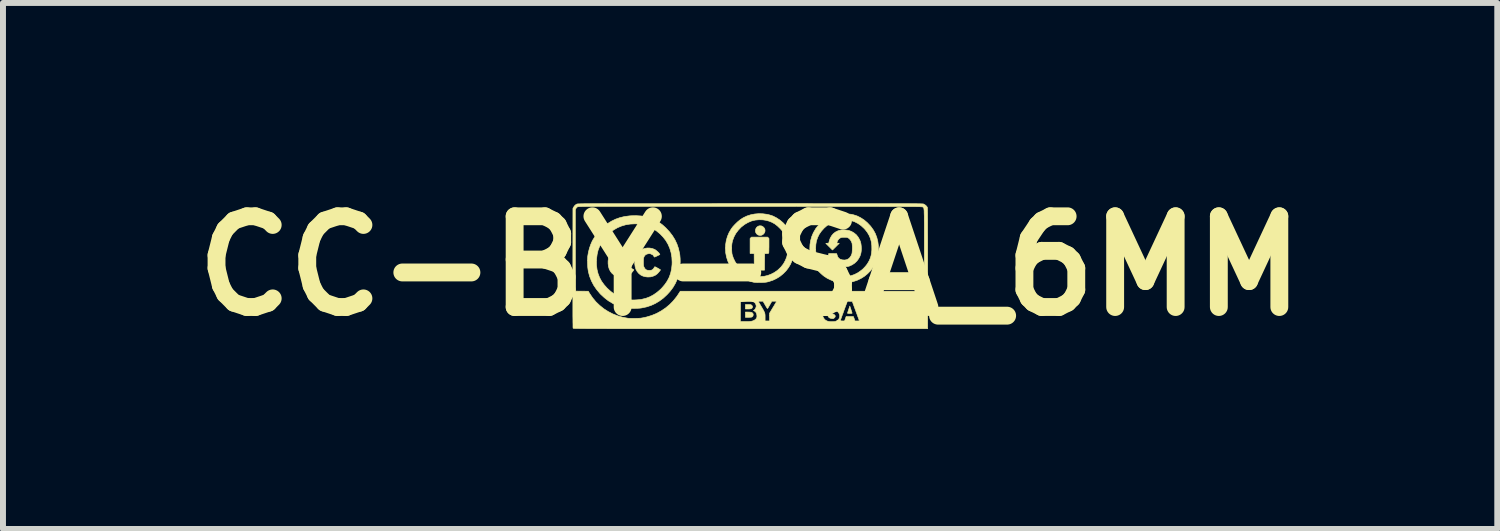
<source format=kicad_pcb>
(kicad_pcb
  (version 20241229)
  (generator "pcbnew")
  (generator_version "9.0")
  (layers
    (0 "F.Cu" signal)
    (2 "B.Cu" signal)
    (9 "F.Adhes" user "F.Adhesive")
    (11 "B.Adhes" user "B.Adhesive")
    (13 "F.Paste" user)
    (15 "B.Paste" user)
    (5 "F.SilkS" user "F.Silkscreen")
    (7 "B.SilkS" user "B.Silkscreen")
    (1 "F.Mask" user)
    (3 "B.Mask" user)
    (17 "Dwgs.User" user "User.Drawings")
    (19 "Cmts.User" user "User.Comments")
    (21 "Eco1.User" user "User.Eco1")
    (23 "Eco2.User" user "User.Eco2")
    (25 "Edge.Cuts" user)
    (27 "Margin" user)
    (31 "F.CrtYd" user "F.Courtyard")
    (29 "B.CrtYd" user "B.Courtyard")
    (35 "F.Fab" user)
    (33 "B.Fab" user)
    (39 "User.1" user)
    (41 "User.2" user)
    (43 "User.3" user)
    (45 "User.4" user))
  (footprint "CC-BY-SA_6MM"
    (layer "F.Cu")
    (at 9.55 1.418)
    (property "Reference" "CC-BY-SA_6MM" (at 0 0 0) (layer "F.SilkS") (effects (font (size 1.524 1.524) (thickness 0.3))))
    (attr exclude_from_pos_files exclude_from_bom)
    (fp_poly (pts (xy -0.028 0.774) (xy -0.004 0.775) (xy 0.012 0.777) (xy 0.024 0.779) (xy 0.032 0.783) (xy 0.036 0.786) (xy 0.049 0.8) (xy 0.053 0.818) (xy 0.049 0.837) (xy 0.043 0.847) (xy 0.035 0.854) (xy 0.024 0.859) (xy 0.006 0.861) (xy -0.018 0.862) (xy -0.031 0.862) (xy -0.079 0.862) (xy -0.079 0.773) (xy -0.028 0.774)) (stroke (width 0.01) (type solid)) (fill yes) (layer "F.SilkS"))
    (fp_poly (pts (xy -0.011 0.648) (xy 0.004 0.649) (xy 0.013 0.65) (xy 0.02 0.654) (xy 0.026 0.659) (xy 0.028 0.661) (xy 0.039 0.674) (xy 0.041 0.685) (xy 0.038 0.698) (xy 0.037 0.701) (xy 0.03 0.71) (xy 0.018 0.717) (xy -0.000241 0.721) (xy -0.026 0.722) (xy -0.038 0.722) (xy -0.079 0.722) (xy -0.079 0.648) (xy -0.032 0.648) (xy -0.011 0.648)) (stroke (width 0.01) (type solid)) (fill yes) (layer "F.SilkS"))
    (fp_poly (pts (xy 1.693 0.727) (xy 1.7 0.749) (xy 1.706 0.768) (xy 1.711 0.782) (xy 1.713 0.789) (xy 1.713 0.793) (xy 1.71 0.795) (xy 1.702 0.796) (xy 1.687 0.797) (xy 1.676 0.797) (xy 1.658 0.797) (xy 1.644 0.796) (xy 1.637 0.794) (xy 1.636 0.793) (xy 1.637 0.788) (xy 1.641 0.775) (xy 1.647 0.758) (xy 1.654 0.736) (xy 1.655 0.732) (xy 1.675 0.674) (xy 1.693 0.727)) (stroke (width 0.01) (type solid)) (fill yes) (layer "F.SilkS"))
    (fp_poly (pts (xy 0.187 -0.674) (xy 0.211 -0.664) (xy 0.23 -0.648) (xy 0.245 -0.626) (xy 0.251 -0.604) (xy 0.25 -0.581) (xy 0.243 -0.56) (xy 0.23 -0.542) (xy 0.214 -0.527) (xy 0.193 -0.517) (xy 0.171 -0.513) (xy 0.146 -0.517) (xy 0.13 -0.523) (xy 0.11 -0.539) (xy 0.097 -0.558) (xy 0.09 -0.58) (xy 0.09 -0.603) (xy 0.096 -0.625) (xy 0.107 -0.645) (xy 0.124 -0.661) (xy 0.146 -0.672) (xy 0.16 -0.675) (xy 0.187 -0.674)) (stroke (width 0.01) (type solid)) (fill yes) (layer "F.SilkS"))
    (fp_poly (pts (xy 0.317 -0.462) (xy 0.317 -0.35) (xy 0.317 -0.318) (xy 0.316 -0.288) (xy 0.316 -0.263) (xy 0.315 -0.242) (xy 0.315 -0.229) (xy 0.314 -0.224) (xy 0.312 -0.217) (xy 0.309 -0.213) (xy 0.302 -0.21) (xy 0.289 -0.209) (xy 0.278 -0.209) (xy 0.245 -0.207) (xy 0.243 -0.069) (xy 0.242 0.07) (xy 0.07 0.07) (xy 0.069 -0.069) (xy 0.068 -0.207) (xy 0.034 -0.209) (xy 0 -0.21) (xy 0 -0.462) (xy 0.023 -0.485) (xy 0.294 -0.485) (xy 0.317 -0.462)) (stroke (width 0.01) (type solid)) (fill yes) (layer "F.SilkS"))
    (fp_poly (pts (xy -1.684 -0.301) (xy -1.639 -0.292) (xy -1.605 -0.279) (xy -1.588 -0.269) (xy -1.569 -0.254) (xy -1.55 -0.237) (xy -1.533 -0.22) (xy -1.523 -0.206) (xy -1.515 -0.192) (xy -1.56 -0.17) (xy -1.605 -0.149) (xy -1.616 -0.162) (xy -1.623 -0.171) (xy -1.626 -0.178) (xy -1.626 -0.178) (xy -1.63 -0.183) (xy -1.641 -0.189) (xy -1.654 -0.196) (xy -1.668 -0.203) (xy -1.68 -0.206) (xy -1.682 -0.207) (xy -1.703 -0.207) (xy -1.726 -0.202) (xy -1.748 -0.194) (xy -1.755 -0.189) (xy -1.766 -0.178) (xy -1.777 -0.163) (xy -1.781 -0.155) (xy -1.785 -0.145) (xy -1.788 -0.136) (xy -1.79 -0.124) (xy -1.791 -0.109) (xy -1.792 -0.088) (xy -1.792 -0.067) (xy -1.792 -0.041) (xy -1.791 -0.022) (xy -1.79 -0.008) (xy -1.788 0.002) (xy -1.785 0.012) (xy -1.78 0.022) (xy -1.778 0.026) (xy -1.764 0.048) (xy -1.747 0.063) (xy -1.727 0.071) (xy -1.7 0.074) (xy -1.695 0.074) (xy -1.67 0.073) (xy -1.651 0.068) (xy -1.634 0.057) (xy -1.619 0.04) (xy -1.604 0.016) (xy -1.604 0.015) (xy -1.6 0.013) (xy -1.591 0.016) (xy -1.577 0.022) (xy -1.557 0.034) (xy -1.554 0.035) (xy -1.535 0.046) (xy -1.52 0.055) (xy -1.51 0.061) (xy -1.506 0.063) (xy -1.507 0.068) (xy -1.513 0.077) (xy -1.523 0.09) (xy -1.535 0.104) (xy -1.547 0.118) (xy -1.558 0.129) (xy -1.558 0.13) (xy -1.592 0.155) (xy -1.631 0.172) (xy -1.674 0.183) (xy -1.72 0.185) (xy -1.755 0.181) (xy -1.799 0.17) (xy -1.838 0.151) (xy -1.87 0.125) (xy -1.897 0.093) (xy -1.918 0.055) (xy -1.931 0.011) (xy -1.938 -0.037) (xy -1.937 -0.08) (xy -1.931 -0.129) (xy -1.918 -0.172) (xy -1.898 -0.209) (xy -1.871 -0.241) (xy -1.837 -0.267) (xy -1.815 -0.279) (xy -1.774 -0.294) (xy -1.729 -0.302) (xy -1.684 -0.301)) (stroke (width 0.01) (type solid)) (fill yes) (layer "F.SilkS"))
    (fp_poly (pts (xy -2.092 -0.295) (xy -2.053 -0.282) (xy -2.018 -0.262) (xy -1.988 -0.237) (xy -1.971 -0.216) (xy -1.962 -0.201) (xy -1.96 -0.191) (xy -1.965 -0.187) (xy -1.968 -0.186) (xy -1.974 -0.185) (xy -1.986 -0.18) (xy -2.003 -0.172) (xy -2.012 -0.168) (xy -2.052 -0.149) (xy -2.063 -0.162) (xy -2.07 -0.171) (xy -2.074 -0.178) (xy -2.074 -0.178) (xy -2.078 -0.183) (xy -2.088 -0.189) (xy -2.101 -0.196) (xy -2.116 -0.203) (xy -2.128 -0.206) (xy -2.129 -0.207) (xy -2.15 -0.207) (xy -2.174 -0.202) (xy -2.195 -0.194) (xy -2.203 -0.189) (xy -2.213 -0.178) (xy -2.224 -0.163) (xy -2.228 -0.155) (xy -2.233 -0.145) (xy -2.236 -0.136) (xy -2.238 -0.124) (xy -2.239 -0.109) (xy -2.239 -0.088) (xy -2.239 -0.067) (xy -2.239 -0.041) (xy -2.239 -0.022) (xy -2.238 -0.008) (xy -2.236 0.002) (xy -2.232 0.012) (xy -2.227 0.022) (xy -2.225 0.026) (xy -2.211 0.048) (xy -2.195 0.063) (xy -2.174 0.071) (xy -2.147 0.074) (xy -2.142 0.074) (xy -2.117 0.073) (xy -2.098 0.068) (xy -2.082 0.057) (xy -2.067 0.04) (xy -2.051 0.016) (xy -2.051 0.015) (xy -2.047 0.013) (xy -2.039 0.016) (xy -2.025 0.022) (xy -2.004 0.034) (xy -2.001 0.035) (xy -1.983 0.046) (xy -1.968 0.055) (xy -1.957 0.061) (xy -1.953 0.063) (xy -1.955 0.068) (xy -1.961 0.077) (xy -1.97 0.09) (xy -1.982 0.104) (xy -1.994 0.118) (xy -2.005 0.129) (xy -2.006 0.13) (xy -2.04 0.155) (xy -2.079 0.172) (xy -2.122 0.183) (xy -2.167 0.185) (xy -2.202 0.181) (xy -2.247 0.17) (xy -2.286 0.151) (xy -2.319 0.124) (xy -2.345 0.092) (xy -2.366 0.052) (xy -2.379 0.008) (xy -2.385 -0.039) (xy -2.385 -0.085) (xy -2.378 -0.13) (xy -2.365 -0.17) (xy -2.361 -0.18) (xy -2.346 -0.204) (xy -2.324 -0.228) (xy -2.298 -0.251) (xy -2.271 -0.271) (xy -2.257 -0.278) (xy -2.217 -0.293) (xy -2.175 -0.301) (xy -2.133 -0.302) (xy -2.092 -0.295)) (stroke (width 0.01) (type solid)) (fill yes) (layer "F.SilkS"))
    (fp_poly (pts (xy 1.594 -0.605) (xy 1.627 -0.602) (xy 1.656 -0.597) (xy 1.657 -0.597) (xy 1.704 -0.58) (xy 1.746 -0.555) (xy 1.784 -0.524) (xy 1.815 -0.485) (xy 1.84 -0.441) (xy 1.853 -0.409) (xy 1.862 -0.374) (xy 1.867 -0.334) (xy 1.869 -0.292) (xy 1.867 -0.252) (xy 1.862 -0.217) (xy 1.847 -0.168) (xy 1.823 -0.123) (xy 1.793 -0.082) (xy 1.757 -0.048) (xy 1.715 -0.02) (xy 1.669 0.001) (xy 1.648 0.007) (xy 1.624 0.011) (xy 1.596 0.013) (xy 1.565 0.013) (xy 1.535 0.012) (xy 1.509 0.008) (xy 1.501 0.007) (xy 1.456 -0.01) (xy 1.415 -0.034) (xy 1.381 -0.065) (xy 1.353 -0.102) (xy 1.332 -0.144) (xy 1.322 -0.177) (xy 1.318 -0.194) (xy 1.318 -0.203) (xy 1.32 -0.207) (xy 1.321 -0.208) (xy 1.327 -0.209) (xy 1.341 -0.209) (xy 1.361 -0.209) (xy 1.384 -0.209) (xy 1.391 -0.209) (xy 1.455 -0.207) (xy 1.462 -0.182) (xy 1.473 -0.153) (xy 1.489 -0.131) (xy 1.511 -0.115) (xy 1.54 -0.105) (xy 1.552 -0.102) (xy 1.59 -0.1) (xy 1.623 -0.106) (xy 1.652 -0.12) (xy 1.677 -0.143) (xy 1.697 -0.173) (xy 1.709 -0.202) (xy 1.713 -0.218) (xy 1.715 -0.24) (xy 1.717 -0.267) (xy 1.718 -0.296) (xy 1.718 -0.325) (xy 1.716 -0.351) (xy 1.714 -0.373) (xy 1.712 -0.384) (xy 1.7 -0.413) (xy 1.683 -0.44) (xy 1.663 -0.461) (xy 1.653 -0.468) (xy 1.641 -0.475) (xy 1.632 -0.479) (xy 1.621 -0.481) (xy 1.606 -0.482) (xy 1.585 -0.482) (xy 1.583 -0.482) (xy 1.559 -0.482) (xy 1.543 -0.481) (xy 1.531 -0.478) (xy 1.52 -0.474) (xy 1.517 -0.472) (xy 1.495 -0.458) (xy 1.479 -0.439) (xy 1.468 -0.419) (xy 1.461 -0.402) (xy 1.459 -0.391) (xy 1.462 -0.385) (xy 1.471 -0.382) (xy 1.479 -0.382) (xy 1.498 -0.382) (xy 1.441 -0.325) (xy 1.384 -0.268) (xy 1.328 -0.324) (xy 1.272 -0.38) (xy 1.321 -0.384) (xy 1.329 -0.419) (xy 1.345 -0.465) (xy 1.368 -0.506) (xy 1.397 -0.541) (xy 1.432 -0.569) (xy 1.474 -0.59) (xy 1.501 -0.599) (xy 1.527 -0.604) (xy 1.559 -0.606) (xy 1.594 -0.605)) (stroke (width 0.01) (type solid)) (fill yes) (layer "F.SilkS"))
    (fp_poly (pts (xy 0.214 -0.877) (xy 0.283 -0.868) (xy 0.319 -0.86) (xy 0.381 -0.84) (xy 0.441 -0.81) (xy 0.498 -0.773) (xy 0.553 -0.727) (xy 0.603 -0.673) (xy 0.613 -0.662) (xy 0.654 -0.605) (xy 0.687 -0.543) (xy 0.712 -0.477) (xy 0.729 -0.409) (xy 0.738 -0.338) (xy 0.739 -0.267) (xy 0.732 -0.195) (xy 0.715 -0.123) (xy 0.706 -0.094) (xy 0.68 -0.032) (xy 0.646 0.026) (xy 0.605 0.08) (xy 0.557 0.129) (xy 0.503 0.173) (xy 0.444 0.21) (xy 0.381 0.24) (xy 0.314 0.262) (xy 0.29 0.268) (xy 0.269 0.272) (xy 0.24 0.275) (xy 0.206 0.277) (xy 0.171 0.278) (xy 0.136 0.278) (xy 0.104 0.277) (xy 0.076 0.275) (xy 0.06 0.273) (xy -0.002 0.257) (xy -0.064 0.234) (xy -0.121 0.206) (xy -0.173 0.173) (xy -0.175 0.171) (xy -0.199 0.152) (xy -0.226 0.128) (xy -0.253 0.101) (xy -0.279 0.074) (xy -0.301 0.049) (xy -0.313 0.032) (xy -0.349 -0.026) (xy -0.377 -0.088) (xy -0.397 -0.154) (xy -0.41 -0.222) (xy -0.414 -0.291) (xy -0.414 -0.303) (xy -0.31 -0.303) (xy -0.309 -0.267) (xy -0.307 -0.233) (xy -0.304 -0.204) (xy -0.302 -0.195) (xy -0.281 -0.131) (xy -0.252 -0.072) (xy -0.215 -0.016) (xy -0.171 0.034) (xy -0.12 0.079) (xy -0.066 0.116) (xy -0.01 0.145) (xy 0.049 0.165) (xy 0.083 0.172) (xy 0.103 0.175) (xy 0.129 0.176) (xy 0.159 0.176) (xy 0.189 0.176) (xy 0.216 0.175) (xy 0.238 0.173) (xy 0.242 0.172) (xy 0.297 0.159) (xy 0.352 0.138) (xy 0.405 0.111) (xy 0.455 0.077) (xy 0.473 0.062) (xy 0.52 0.016) (xy 0.56 -0.035) (xy 0.591 -0.091) (xy 0.615 -0.15) (xy 0.63 -0.213) (xy 0.637 -0.278) (xy 0.635 -0.346) (xy 0.634 -0.349) (xy 0.626 -0.408) (xy 0.612 -0.46) (xy 0.593 -0.508) (xy 0.567 -0.553) (xy 0.534 -0.597) (xy 0.504 -0.63) (xy 0.459 -0.673) (xy 0.415 -0.707) (xy 0.369 -0.733) (xy 0.32 -0.753) (xy 0.267 -0.767) (xy 0.216 -0.775) (xy 0.15 -0.777) (xy 0.086 -0.771) (xy 0.024 -0.756) (xy -0.035 -0.731) (xy -0.091 -0.699) (xy -0.144 -0.658) (xy -0.153 -0.65) (xy -0.2 -0.6) (xy -0.24 -0.547) (xy -0.271 -0.489) (xy -0.294 -0.428) (xy -0.301 -0.398) (xy -0.306 -0.372) (xy -0.309 -0.339) (xy -0.31 -0.303) (xy -0.414 -0.303) (xy -0.411 -0.36) (xy -0.4 -0.428) (xy -0.381 -0.495) (xy -0.354 -0.559) (xy -0.319 -0.619) (xy -0.318 -0.621) (xy -0.289 -0.66) (xy -0.253 -0.699) (xy -0.213 -0.738) (xy -0.171 -0.773) (xy -0.128 -0.802) (xy -0.109 -0.813) (xy -0.052 -0.84) (xy 0.01 -0.86) (xy 0.076 -0.873) (xy 0.145 -0.879) (xy 0.214 -0.877)) (stroke (width 0.01) (type solid)) (fill yes) (layer "F.SilkS"))
    (fp_poly (pts (xy 1.631 -0.877) (xy 1.7 -0.868) (xy 1.736 -0.86) (xy 1.798 -0.84) (xy 1.858 -0.81) (xy 1.915 -0.773) (xy 1.969 -0.727) (xy 2.02 -0.673) (xy 2.029 -0.662) (xy 2.07 -0.605) (xy 2.104 -0.543) (xy 2.129 -0.477) (xy 2.146 -0.409) (xy 2.155 -0.338) (xy 2.156 -0.267) (xy 2.148 -0.195) (xy 2.132 -0.123) (xy 2.123 -0.094) (xy 2.097 -0.032) (xy 2.063 0.026) (xy 2.022 0.08) (xy 1.974 0.129) (xy 1.92 0.173) (xy 1.861 0.21) (xy 1.798 0.24) (xy 1.731 0.262) (xy 1.707 0.268) (xy 1.685 0.272) (xy 1.657 0.275) (xy 1.623 0.277) (xy 1.588 0.278) (xy 1.553 0.278) (xy 1.52 0.277) (xy 1.493 0.275) (xy 1.477 0.273) (xy 1.414 0.257) (xy 1.353 0.234) (xy 1.295 0.206) (xy 1.244 0.173) (xy 1.242 0.171) (xy 1.218 0.152) (xy 1.191 0.128) (xy 1.163 0.101) (xy 1.138 0.074) (xy 1.116 0.049) (xy 1.103 0.032) (xy 1.068 -0.026) (xy 1.04 -0.088) (xy 1.02 -0.154) (xy 1.007 -0.222) (xy 1.003 -0.29) (xy 1.101 -0.29) (xy 1.101 -0.274) (xy 1.107 -0.212) (xy 1.121 -0.154) (xy 1.142 -0.1) (xy 1.171 -0.049) (xy 1.209 0.001) (xy 1.241 0.035) (xy 1.291 0.08) (xy 1.342 0.115) (xy 1.395 0.143) (xy 1.452 0.163) (xy 1.482 0.17) (xy 1.506 0.174) (xy 1.537 0.176) (xy 1.571 0.176) (xy 1.607 0.175) (xy 1.641 0.172) (xy 1.672 0.168) (xy 1.693 0.164) (xy 1.754 0.143) (xy 1.812 0.113) (xy 1.867 0.074) (xy 1.899 0.047) (xy 1.936 0.008) (xy 1.966 -0.03) (xy 1.991 -0.071) (xy 2.002 -0.091) (xy 2.019 -0.131) (xy 2.031 -0.169) (xy 2.039 -0.21) (xy 2.044 -0.256) (xy 2.045 -0.276) (xy 2.044 -0.343) (xy 2.037 -0.404) (xy 2.022 -0.46) (xy 2 -0.513) (xy 1.97 -0.564) (xy 1.932 -0.613) (xy 1.913 -0.633) (xy 1.864 -0.678) (xy 1.811 -0.715) (xy 1.754 -0.744) (xy 1.692 -0.764) (xy 1.68 -0.767) (xy 1.646 -0.773) (xy 1.607 -0.776) (xy 1.565 -0.776) (xy 1.524 -0.773) (xy 1.487 -0.768) (xy 1.471 -0.765) (xy 1.407 -0.745) (xy 1.348 -0.717) (xy 1.293 -0.68) (xy 1.243 -0.636) (xy 1.198 -0.586) (xy 1.161 -0.533) (xy 1.134 -0.478) (xy 1.114 -0.419) (xy 1.104 -0.357) (xy 1.101 -0.29) (xy 1.003 -0.29) (xy 1.003 -0.291) (xy 1.006 -0.36) (xy 1.017 -0.428) (xy 1.036 -0.495) (xy 1.063 -0.559) (xy 1.098 -0.619) (xy 1.098 -0.621) (xy 1.128 -0.66) (xy 1.164 -0.699) (xy 1.204 -0.738) (xy 1.246 -0.773) (xy 1.288 -0.802) (xy 1.307 -0.813) (xy 1.365 -0.84) (xy 1.427 -0.86) (xy 1.493 -0.873) (xy 1.561 -0.879) (xy 1.631 -0.877)) (stroke (width 0.01) (type solid)) (fill yes) (layer "F.SilkS"))
    (fp_poly (pts (xy -1.83 -0.84) (xy -1.756 -0.828) (xy -1.686 -0.809) (xy -1.62 -0.783) (xy -1.596 -0.771) (xy -1.552 -0.747) (xy -1.511 -0.72) (xy -1.47 -0.689) (xy -1.429 -0.652) (xy -1.415 -0.639) (xy -1.356 -0.576) (xy -1.305 -0.51) (xy -1.263 -0.442) (xy -1.229 -0.37) (xy -1.203 -0.294) (xy -1.185 -0.213) (xy -1.181 -0.192) (xy -1.178 -0.161) (xy -1.175 -0.123) (xy -1.174 -0.081) (xy -1.175 -0.039) (xy -1.176 0.002) (xy -1.179 0.038) (xy -1.181 0.056) (xy -1.197 0.139) (xy -1.222 0.217) (xy -1.255 0.292) (xy -1.297 0.363) (xy -1.347 0.429) (xy -1.394 0.48) (xy -1.457 0.539) (xy -1.523 0.588) (xy -1.591 0.629) (xy -1.663 0.662) (xy -1.739 0.687) (xy -1.819 0.704) (xy -1.831 0.706) (xy -1.859 0.709) (xy -1.895 0.711) (xy -1.934 0.712) (xy -1.974 0.712) (xy -2.013 0.711) (xy -2.048 0.709) (xy -2.076 0.706) (xy -2.157 0.689) (xy -2.234 0.663) (xy -2.309 0.628) (xy -2.38 0.585) (xy -2.447 0.533) (xy -2.512 0.473) (xy -2.523 0.461) (xy -2.579 0.394) (xy -2.627 0.324) (xy -2.665 0.251) (xy -2.696 0.173) (xy -2.717 0.093) (xy -2.722 0.061) (xy -2.727 0.023) (xy -2.729 -0.019) (xy -2.731 -0.063) (xy -2.731 -0.091) (xy -2.581 -0.091) (xy -2.58 -0.013) (xy -2.571 0.06) (xy -2.554 0.128) (xy -2.529 0.193) (xy -2.496 0.255) (xy -2.454 0.313) (xy -2.404 0.37) (xy -2.403 0.371) (xy -2.344 0.425) (xy -2.284 0.47) (xy -2.223 0.507) (xy -2.159 0.535) (xy -2.092 0.555) (xy -2.022 0.568) (xy -2.016 0.568) (xy -1.983 0.571) (xy -1.945 0.571) (xy -1.904 0.569) (xy -1.864 0.566) (xy -1.828 0.561) (xy -1.817 0.559) (xy -1.748 0.542) (xy -1.683 0.517) (xy -1.622 0.484) (xy -1.563 0.443) (xy -1.506 0.394) (xy -1.484 0.372) (xy -1.434 0.314) (xy -1.392 0.253) (xy -1.359 0.19) (xy -1.335 0.123) (xy -1.319 0.051) (xy -1.311 -0.024) (xy -1.31 -0.065) (xy -1.314 -0.145) (xy -1.327 -0.222) (xy -1.348 -0.294) (xy -1.377 -0.362) (xy -1.415 -0.427) (xy -1.461 -0.486) (xy -1.511 -0.538) (xy -1.571 -0.588) (xy -1.635 -0.63) (xy -1.702 -0.662) (xy -1.772 -0.686) (xy -1.845 -0.702) (xy -1.921 -0.708) (xy -1.938 -0.708) (xy -2.016 -0.704) (xy -2.09 -0.692) (xy -2.161 -0.671) (xy -2.228 -0.643) (xy -2.29 -0.607) (xy -2.311 -0.592) (xy -2.335 -0.572) (xy -2.363 -0.547) (xy -2.392 -0.519) (xy -2.419 -0.49) (xy -2.444 -0.462) (xy -2.461 -0.44) (xy -2.5 -0.381) (xy -2.531 -0.322) (xy -2.554 -0.262) (xy -2.569 -0.198) (xy -2.578 -0.129) (xy -2.581 -0.091) (xy -2.731 -0.091) (xy -2.731 -0.105) (xy -2.729 -0.143) (xy -2.727 -0.166) (xy -2.716 -0.231) (xy -2.699 -0.297) (xy -2.678 -0.359) (xy -2.653 -0.416) (xy -2.644 -0.433) (xy -2.609 -0.49) (xy -2.568 -0.547) (xy -2.522 -0.6) (xy -2.474 -0.648) (xy -2.455 -0.665) (xy -2.391 -0.714) (xy -2.326 -0.754) (xy -2.258 -0.787) (xy -2.187 -0.812) (xy -2.112 -0.83) (xy -2.031 -0.841) (xy -1.994 -0.844) (xy -1.909 -0.845) (xy -1.83 -0.84)) (stroke (width 0.01) (type solid)) (fill yes) (layer "F.SilkS"))
    (fp_poly (pts (xy 0.567 -1.049) (xy 0.738 -1.049) (xy 0.901 -1.049) (xy 1.056 -1.048) (xy 1.202 -1.048) (xy 1.341 -1.048) (xy 1.472 -1.048) (xy 1.595 -1.048) (xy 1.712 -1.048) (xy 1.821 -1.048) (xy 1.924 -1.048) (xy 2.02 -1.048) (xy 2.11 -1.048) (xy 2.193 -1.048) (xy 2.271 -1.048) (xy 2.343 -1.048) (xy 2.409 -1.047) (xy 2.471 -1.047) (xy 2.527 -1.047) (xy 2.578 -1.047) (xy 2.625 -1.047) (xy 2.667 -1.047) (xy 2.705 -1.046) (xy 2.739 -1.046) (xy 2.769 -1.046) (xy 2.796 -1.046) (xy 2.819 -1.045) (xy 2.839 -1.045) (xy 2.857 -1.045) (xy 2.871 -1.044) (xy 2.883 -1.044) (xy 2.893 -1.043) (xy 2.9 -1.043) (xy 2.906 -1.043) (xy 2.91 -1.042) (xy 2.913 -1.042) (xy 2.913 -1.041) (xy 2.933 -1.031) (xy 2.953 -1.016) (xy 2.969 -0.998) (xy 2.976 -0.987) (xy 2.977 -0.985) (xy 2.978 -0.98) (xy 2.978 -0.973) (xy 2.979 -0.963) (xy 2.979 -0.95) (xy 2.98 -0.933) (xy 2.98 -0.912) (xy 2.981 -0.887) (xy 2.981 -0.858) (xy 2.981 -0.823) (xy 2.982 -0.784) (xy 2.982 -0.738) (xy 2.982 -0.687) (xy 2.982 -0.629) (xy 2.982 -0.564) (xy 2.983 -0.493) (xy 2.983 -0.414) (xy 2.983 -0.327) (xy 2.983 -0.232) (xy 2.983 -0.129) (xy 2.983 -0.017) (xy 2.983 0.039) (xy 2.983 1.053) (xy -0.192 1.053) (xy -0.382 1.053) (xy -0.564 1.053) (xy -0.736 1.053) (xy -0.901 1.053) (xy -1.057 1.053) (xy -1.205 1.053) (xy -1.345 1.053) (xy -1.477 1.053) (xy -1.602 1.053) (xy -1.72 1.053) (xy -1.831 1.053) (xy -1.935 1.053) (xy -2.033 1.053) (xy -2.124 1.053) (xy -2.209 1.053) (xy -2.288 1.053) (xy -2.362 1.053) (xy -2.43 1.052) (xy -2.493 1.052) (xy -2.55 1.052) (xy -2.603 1.052) (xy -2.652 1.052) (xy -2.695 1.052) (xy -2.735 1.052) (xy -2.771 1.051) (xy -2.803 1.051) (xy -2.831 1.051) (xy -2.856 1.051) (xy -2.878 1.05) (xy -2.897 1.05) (xy -2.913 1.05) (xy -2.926 1.049) (xy -2.938 1.049) (xy -2.947 1.048) (xy -2.955 1.048) (xy -2.961 1.048) (xy -2.965 1.047) (xy -2.968 1.047) (xy -2.97 1.046) (xy -2.972 1.046) (xy -2.973 1.045) (xy -2.973 1.044) (xy -2.973 1.044) (xy -2.974 1.039) (xy -2.975 1.026) (xy -2.975 1.006) (xy -2.975 0.977) (xy -2.976 0.941) (xy -2.976 0.932) (xy -0.163 0.932) (xy -0.072 0.932) (xy -0.04 0.932) (xy -0.015 0.932) (xy 0.003 0.931) (xy 0.017 0.929) (xy 0.029 0.927) (xy 0.038 0.924) (xy 0.044 0.923) (xy 0.074 0.909) (xy 0.095 0.893) (xy 0.109 0.875) (xy 0.115 0.853) (xy 0.114 0.827) (xy 0.113 0.819) (xy 0.106 0.794) (xy 0.096 0.776) (xy 0.082 0.763) (xy 0.073 0.757) (xy 0.056 0.748) (xy 0.07 0.74) (xy 0.082 0.728) (xy 0.093 0.71) (xy 0.1 0.69) (xy 0.103 0.674) (xy 0.1 0.658) (xy 0.095 0.642) (xy 0.093 0.639) (xy 0.085 0.624) (xy 0.074 0.613) (xy 0.061 0.604) (xy 0.044 0.599) (xy 0.021 0.595) (xy -0.007 0.594) (xy -0.043 0.594) (xy -0.075 0.595) (xy -0.161 0.599) (xy -0.162 0.765) (xy -0.163 0.932) (xy -2.976 0.932) (xy -2.976 0.896) (xy -2.977 0.843) (xy -2.977 0.782) (xy -2.977 0.712) (xy -2.977 0.634) (xy -2.977 0.546) (xy -2.977 0.451) (xy -2.977 0.346) (xy -2.977 0.232) (xy -2.977 0.109) (xy -2.977 0.034) (xy -2.976 -0.944) (xy -2.936 -0.944) (xy -2.935 -0.261) (xy -2.934 0.422) (xy -2.826 0.423) (xy -2.718 0.424) (xy -2.694 0.464) (xy -2.645 0.536) (xy -2.589 0.603) (xy -2.526 0.663) (xy -2.458 0.718) (xy -2.384 0.765) (xy -2.307 0.805) (xy -2.225 0.837) (xy -2.141 0.861) (xy -2.123 0.864) (xy -2.1 0.869) (xy -2.078 0.873) (xy -2.061 0.876) (xy -2.051 0.878) (xy -2.033 0.879) (xy -2.009 0.88) (xy -1.98 0.88) (xy -1.948 0.88) (xy -1.916 0.88) (xy -1.886 0.879) (xy -1.86 0.878) (xy -1.84 0.877) (xy -1.836 0.876) (xy -1.815 0.873) (xy -1.789 0.868) (xy -1.761 0.862) (xy -1.739 0.857) (xy -1.653 0.831) (xy -1.57 0.797) (xy -1.492 0.754) (xy -1.418 0.704) (xy -1.35 0.647) (xy -1.296 0.592) (xy 0.135 0.592) (xy 0.157 0.628) (xy 0.18 0.668) (xy 0.2 0.701) (xy 0.215 0.727) (xy 0.227 0.749) (xy 0.236 0.767) (xy 0.243 0.782) (xy 0.247 0.795) (xy 0.25 0.808) (xy 0.251 0.82) (xy 0.252 0.834) (xy 0.252 0.85) (xy 0.252 0.86) (xy 0.252 0.923) (xy 0.326 0.923) (xy 0.326 0.859) (xy 0.326 0.835) (xy 1.221 0.835) (xy 1.226 0.857) (xy 1.238 0.879) (xy 1.254 0.899) (xy 1.269 0.911) (xy 1.293 0.924) (xy 1.32 0.932) (xy 1.351 0.935) (xy 1.38 0.935) (xy 1.403 0.934) (xy 1.42 0.933) (xy 1.434 0.93) (xy 1.446 0.925) (xy 1.452 0.922) (xy 1.456 0.92) (xy 1.515 0.92) (xy 1.519 0.921) (xy 1.53 0.922) (xy 1.547 0.923) (xy 1.551 0.923) (xy 1.587 0.923) (xy 1.6 0.886) (xy 1.614 0.848) (xy 1.734 0.848) (xy 1.74 0.863) (xy 1.746 0.877) (xy 1.752 0.894) (xy 1.754 0.901) (xy 1.762 0.923) (xy 1.799 0.923) (xy 1.817 0.923) (xy 1.829 0.922) (xy 1.836 0.922) (xy 1.836 0.922) (xy 1.835 0.917) (xy 1.83 0.905) (xy 1.823 0.886) (xy 1.814 0.861) (xy 1.803 0.831) (xy 1.791 0.797) (xy 1.777 0.761) (xy 1.776 0.757) (xy 1.716 0.594) (xy 1.675 0.593) (xy 1.634 0.592) (xy 1.574 0.754) (xy 1.561 0.791) (xy 1.548 0.825) (xy 1.537 0.855) (xy 1.528 0.881) (xy 1.521 0.901) (xy 1.516 0.914) (xy 1.515 0.92) (xy 1.515 0.92) (xy 1.456 0.92) (xy 1.471 0.91) (xy 1.485 0.899) (xy 1.494 0.884) (xy 1.498 0.875) (xy 1.505 0.848) (xy 1.503 0.822) (xy 1.494 0.797) (xy 1.479 0.775) (xy 1.459 0.759) (xy 1.438 0.75) (xy 1.398 0.739) (xy 1.365 0.728) (xy 1.339 0.718) (xy 1.322 0.708) (xy 1.318 0.705) (xy 1.311 0.693) (xy 1.311 0.678) (xy 1.318 0.663) (xy 1.321 0.66) (xy 1.328 0.654) (xy 1.335 0.65) (xy 1.345 0.648) (xy 1.361 0.648) (xy 1.37 0.648) (xy 1.388 0.648) (xy 1.4 0.649) (xy 1.408 0.652) (xy 1.414 0.657) (xy 1.419 0.662) (xy 1.427 0.674) (xy 1.431 0.684) (xy 1.431 0.685) (xy 1.432 0.69) (xy 1.436 0.693) (xy 1.446 0.694) (xy 1.462 0.694) (xy 1.463 0.694) (xy 1.48 0.694) (xy 1.49 0.693) (xy 1.495 0.691) (xy 1.496 0.686) (xy 1.496 0.683) (xy 1.493 0.669) (xy 1.486 0.652) (xy 1.477 0.635) (xy 1.466 0.62) (xy 1.463 0.617) (xy 1.441 0.602) (xy 1.413 0.592) (xy 1.382 0.587) (xy 1.351 0.588) (xy 1.322 0.594) (xy 1.308 0.599) (xy 1.285 0.613) (xy 1.269 0.626) (xy 1.257 0.643) (xy 1.253 0.649) (xy 1.243 0.678) (xy 1.241 0.706) (xy 1.248 0.733) (xy 1.261 0.752) (xy 1.281 0.77) (xy 1.306 0.785) (xy 1.335 0.795) (xy 1.363 0.801) (xy 1.375 0.802) (xy 1.392 0.805) (xy 1.408 0.813) (xy 1.422 0.824) (xy 1.43 0.836) (xy 1.431 0.843) (xy 1.427 0.858) (xy 1.416 0.871) (xy 1.402 0.881) (xy 1.395 0.884) (xy 1.381 0.884) (xy 1.362 0.881) (xy 1.344 0.876) (xy 1.329 0.869) (xy 1.321 0.86) (xy 1.312 0.848) (xy 1.31 0.843) (xy 1.3 0.825) (xy 1.261 0.825) (xy 1.241 0.825) (xy 1.23 0.826) (xy 1.224 0.828) (xy 1.222 0.831) (xy 1.221 0.835) (xy 0.326 0.835) (xy 0.326 0.795) (xy 0.378 0.708) (xy 0.394 0.682) (xy 0.409 0.657) (xy 0.421 0.636) (xy 0.431 0.619) (xy 0.438 0.609) (xy 0.439 0.607) (xy 0.448 0.592) (xy 0.407 0.592) (xy 0.366 0.592) (xy 0.334 0.647) (xy 0.322 0.668) (xy 0.311 0.687) (xy 0.303 0.701) (xy 0.297 0.71) (xy 0.297 0.711) (xy 0.294 0.713) (xy 0.29 0.713) (xy 0.286 0.708) (xy 0.279 0.698) (xy 0.269 0.682) (xy 0.256 0.66) (xy 0.254 0.656) (xy 0.217 0.592) (xy 0.135 0.592) (xy -1.296 0.592) (xy -1.287 0.582) (xy -1.23 0.511) (xy -1.201 0.467) (xy -1.173 0.424) (xy 2.927 0.424) (xy 2.927 -0.266) (xy 2.927 -0.361) (xy 2.927 -0.447) (xy 2.927 -0.525) (xy 2.927 -0.594) (xy 2.927 -0.656) (xy 2.927 -0.711) (xy 2.926 -0.76) (xy 2.926 -0.802) (xy 2.926 -0.838) (xy 2.925 -0.869) (xy 2.924 -0.896) (xy 2.924 -0.917) (xy 2.923 -0.935) (xy 2.921 -0.949) (xy 2.92 -0.96) (xy 2.918 -0.969) (xy 2.916 -0.975) (xy 2.914 -0.98) (xy 2.912 -0.983) (xy 2.909 -0.985) (xy 2.906 -0.987) (xy 2.903 -0.989) (xy 2.9 -0.991) (xy 2.899 -0.991) (xy 2.898 -0.992) (xy 2.896 -0.993) (xy 2.893 -0.993) (xy 2.889 -0.994) (xy 2.884 -0.994) (xy 2.878 -0.994) (xy 2.869 -0.995) (xy 2.859 -0.995) (xy 2.847 -0.996) (xy 2.832 -0.996) (xy 2.815 -0.996) (xy 2.795 -0.997) (xy 2.772 -0.997) (xy 2.746 -0.997) (xy 2.717 -0.998) (xy 2.684 -0.998) (xy 2.647 -0.998) (xy 2.606 -0.998) (xy 2.56 -0.998) (xy 2.511 -0.999) (xy 2.456 -0.999) (xy 2.397 -0.999) (xy 2.332 -0.999) (xy 2.262 -0.999) (xy 2.186 -0.999) (xy 2.105 -1) (xy 2.017 -1) (xy 1.924 -1) (xy 1.824 -1) (xy 1.717 -1) (xy 1.603 -1) (xy 1.482 -1) (xy 1.354 -1) (xy 1.218 -1) (xy 1.075 -1) (xy 0.923 -1) (xy 0.764 -1.001) (xy 0.596 -1.001) (xy 0.419 -1.001) (xy 0.234 -1.001) (xy 0.039 -1.001) (xy 0.002 -1.001) (xy -0.194 -1.001) (xy -0.381 -1.001) (xy -0.56 -1.001) (xy -0.729 -1.001) (xy -0.891 -1.001) (xy -1.044 -1.001) (xy -1.189 -1.001) (xy -1.326 -1.001) (xy -1.455 -1.001) (xy -1.578 -1.001) (xy -1.693 -1.001) (xy -1.801 -1.001) (xy -1.902 -1.001) (xy -1.997 -1.001) (xy -2.086 -1.001) (xy -2.169 -1.001) (xy -2.245 -1.001) (xy -2.317 -1.001) (xy -2.382 -1.001) (xy -2.443 -1.001) (xy -2.498 -1.001) (xy -2.549 -1.001) (xy -2.595 -1) (xy -2.637 -1) (xy -2.675 -1) (xy -2.709 -1) (xy -2.739 -1) (xy -2.766 -0.999) (xy -2.789 -0.999) (xy -2.81 -0.999) (xy -2.828 -0.998) (xy -2.843 -0.998) (xy -2.856 -0.998) (xy -2.866 -0.997) (xy -2.875 -0.997) (xy -2.882 -0.996) (xy -2.887 -0.996) (xy -2.891 -0.995) (xy -2.894 -0.995) (xy -2.897 -0.994) (xy -2.898 -0.994) (xy -2.899 -0.994) (xy -2.914 -0.981) (xy -2.926 -0.965) (xy -2.936 -0.944) (xy -2.976 -0.944) (xy -2.976 -0.967) (xy -2.966 -0.986) (xy -2.947 -1.013) (xy -2.925 -1.032) (xy -2.912 -1.039) (xy -2.91 -1.04) (xy -2.908 -1.041) (xy -2.906 -1.041) (xy -2.903 -1.042) (xy -2.899 -1.042) (xy -2.894 -1.043) (xy -2.888 -1.043) (xy -2.879 -1.044) (xy -2.869 -1.044) (xy -2.857 -1.044) (xy -2.843 -1.045) (xy -2.826 -1.045) (xy -2.807 -1.045) (xy -2.785 -1.046) (xy -2.759 -1.046) (xy -2.73 -1.046) (xy -2.698 -1.046) (xy -2.662 -1.047) (xy -2.622 -1.047) (xy -2.577 -1.047) (xy -2.529 -1.047) (xy -2.475 -1.047) (xy -2.417 -1.048) (xy -2.353 -1.048) (xy -2.285 -1.048) (xy -2.21 -1.048) (xy -2.13 -1.048) (xy -2.045 -1.048) (xy -1.952 -1.048) (xy -1.854 -1.048) (xy -1.749 -1.048) (xy -1.637 -1.048) (xy -1.518 -1.048) (xy -1.392 -1.048) (xy -1.258 -1.048) (xy -1.117 -1.048) (xy -0.967 -1.048) (xy -0.81 -1.048) (xy -0.644 -1.048) (xy -0.47 -1.049) (xy -0.287 -1.049) (xy -0.094 -1.049) (xy 0.001 -1.049) (xy 0.198 -1.049) (xy 0.387 -1.049) (xy 0.567 -1.049)) (stroke (width 0.01) (type solid)) (fill yes) (layer "F.SilkS")))
  (gr_rect
    (start -3 -3)
    (end 22.101 5.836)
    (stroke (width 0.1) (type default))
    (fill no)
    (layer "Edge.Cuts")))
</source>
